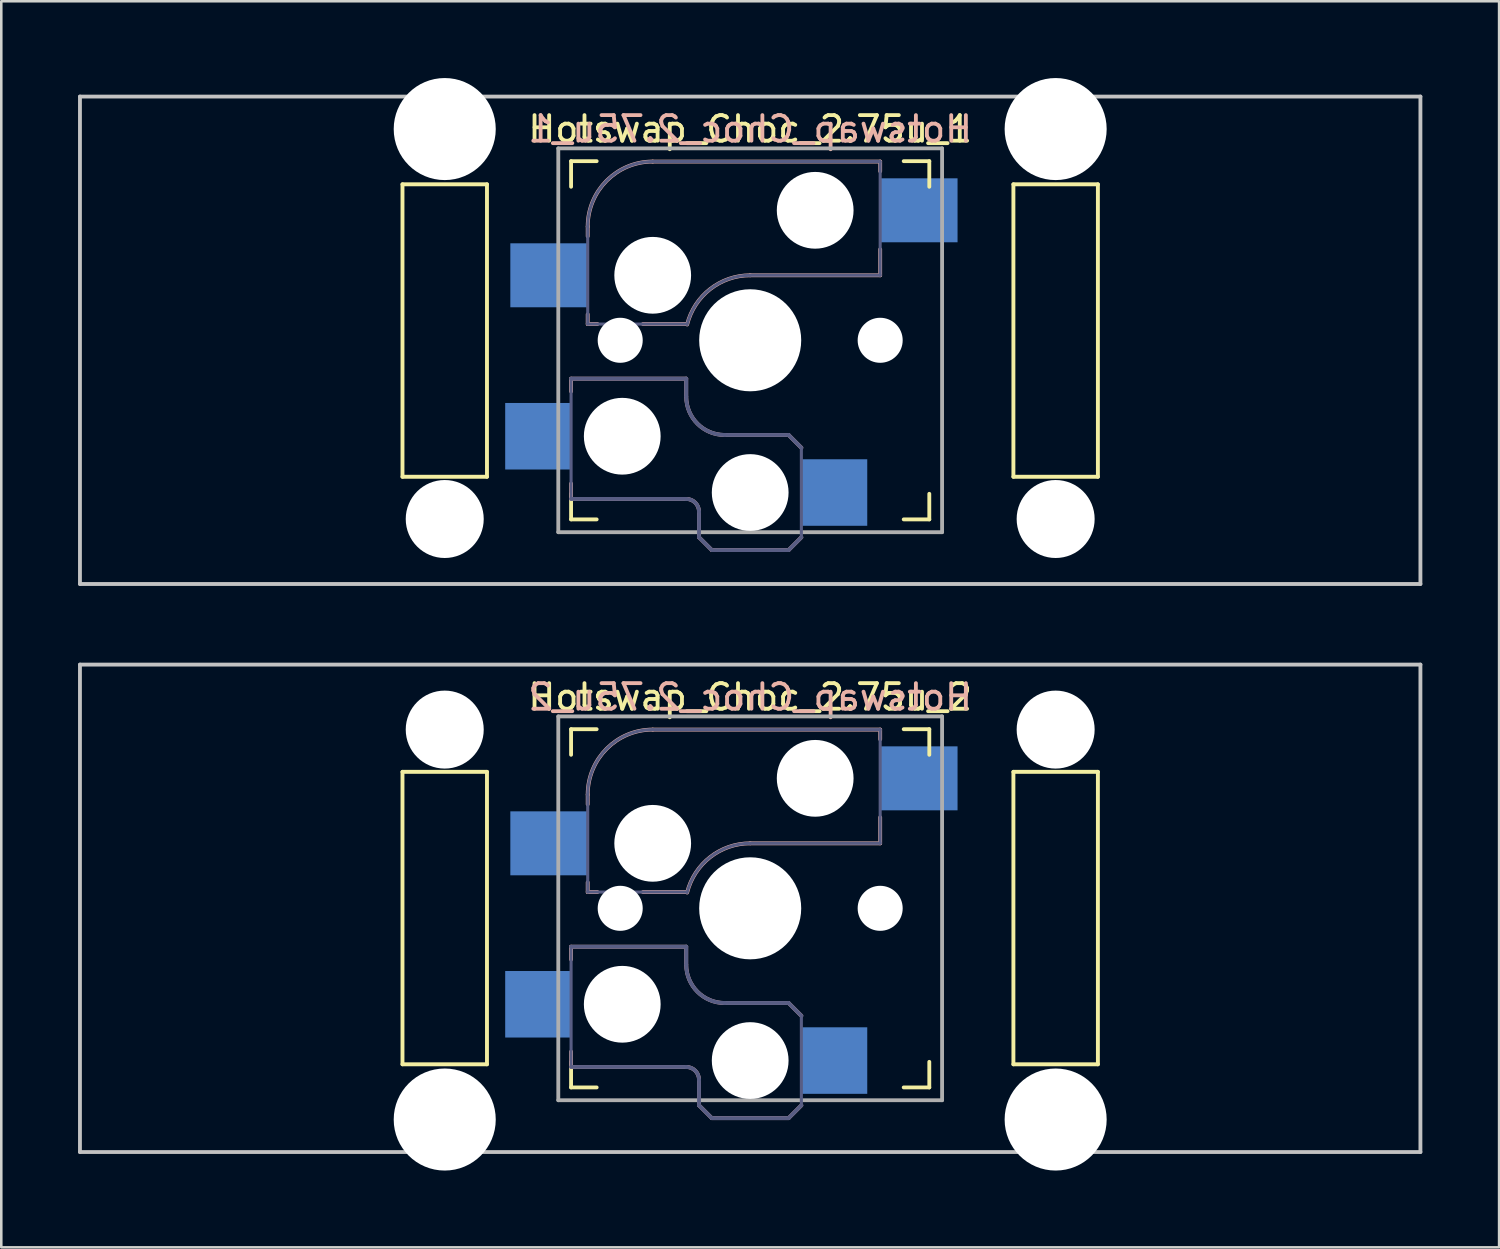
<source format=kicad_pcb>
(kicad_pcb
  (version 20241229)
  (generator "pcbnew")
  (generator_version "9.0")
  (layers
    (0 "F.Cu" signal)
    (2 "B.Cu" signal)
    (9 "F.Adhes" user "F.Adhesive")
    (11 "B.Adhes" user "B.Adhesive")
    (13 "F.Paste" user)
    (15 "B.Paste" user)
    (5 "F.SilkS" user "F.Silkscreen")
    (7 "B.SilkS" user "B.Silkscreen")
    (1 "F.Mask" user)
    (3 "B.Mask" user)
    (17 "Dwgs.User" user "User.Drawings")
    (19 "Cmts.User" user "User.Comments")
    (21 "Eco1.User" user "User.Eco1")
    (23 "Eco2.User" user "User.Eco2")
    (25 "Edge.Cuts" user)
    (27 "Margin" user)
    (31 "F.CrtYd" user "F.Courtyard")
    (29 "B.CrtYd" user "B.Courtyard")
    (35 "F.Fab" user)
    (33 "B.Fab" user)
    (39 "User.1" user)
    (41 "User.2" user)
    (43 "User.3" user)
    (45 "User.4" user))
  (footprint "Hotswap_Choc_2.75u_1"
    (layer "F.Cu")
    (at 26.269 10.249)
    (property "Reference" "Hotswap_Choc_2.75u_1" (at 0 -8.255 0) (layer "F.SilkS") (effects (font (size 1 1) (thickness 0.15))))
    (attr through_hole)
    (fp_line (start -13.589 -6.096) (end -13.589 5.334) (stroke (width 0.152) (type solid)) (layer "F.SilkS"))
    (fp_line (start -13.589 5.334) (end -10.287 5.334) (stroke (width 0.152) (type solid)) (layer "F.SilkS"))
    (fp_line (start -10.287 -6.096) (end -13.589 -6.096) (stroke (width 0.152) (type solid)) (layer "F.SilkS"))
    (fp_line (start -10.287 5.334) (end -10.287 -6.096) (stroke (width 0.152) (type solid)) (layer "F.SilkS"))
    (fp_line (start -7 -6) (end -7 -7) (stroke (width 0.15) (type solid)) (layer "F.SilkS"))
    (fp_line (start -7 7) (end -7 6) (stroke (width 0.15) (type solid)) (layer "F.SilkS"))
    (fp_line (start -7 7) (end -6 7) (stroke (width 0.15) (type solid)) (layer "F.SilkS"))
    (fp_line (start -6 -7) (end -7 -7) (stroke (width 0.15) (type solid)) (layer "F.SilkS"))
    (fp_line (start 6 7) (end 7 7) (stroke (width 0.15) (type solid)) (layer "F.SilkS"))
    (fp_line (start 7 -7) (end 6 -7) (stroke (width 0.15) (type solid)) (layer "F.SilkS"))
    (fp_line (start 7 -7) (end 7 -6) (stroke (width 0.15) (type solid)) (layer "F.SilkS"))
    (fp_line (start 7 6) (end 7 7) (stroke (width 0.15) (type solid)) (layer "F.SilkS"))
    (fp_line (start 10.287 -6.096) (end 10.287 5.334) (stroke (width 0.152) (type solid)) (layer "F.SilkS"))
    (fp_line (start 10.287 5.334) (end 13.589 5.334) (stroke (width 0.152) (type solid)) (layer "F.SilkS"))
    (fp_line (start 13.589 -6.096) (end 10.287 -6.096) (stroke (width 0.152) (type solid)) (layer "F.SilkS"))
    (fp_line (start 13.589 5.334) (end 13.589 -6.096) (stroke (width 0.152) (type solid)) (layer "F.SilkS"))
    (fp_line (start -7 1.5) (end -7 2) (stroke (width 0.15) (type solid)) (layer "B.SilkS"))
    (fp_line (start -7 5.6) (end -7 6.2) (stroke (width 0.15) (type solid)) (layer "B.SilkS"))
    (fp_line (start -7 6.2) (end -2.5 6.2) (stroke (width 0.15) (type solid)) (layer "B.SilkS"))
    (fp_line (start -6.35 -4.445) (end -6.35 -4.064) (stroke (width 0.15) (type solid)) (layer "B.SilkS"))
    (fp_line (start -6.35 -1.016) (end -6.35 -0.635) (stroke (width 0.15) (type solid)) (layer "B.SilkS"))
    (fp_line (start -6.35 -0.635) (end -5.969 -0.635) (stroke (width 0.15) (type solid)) (layer "B.SilkS"))
    (fp_line (start -4.191 -0.635) (end -2.54 -0.635) (stroke (width 0.15) (type solid)) (layer "B.SilkS"))
    (fp_line (start -2.5 1.5) (end -7 1.5) (stroke (width 0.15) (type solid)) (layer "B.SilkS"))
    (fp_line (start -2.5 2.2) (end -2.5 1.5) (stroke (width 0.15) (type solid)) (layer "B.SilkS"))
    (fp_line (start -2 6.7) (end -2 7.7) (stroke (width 0.15) (type solid)) (layer "B.SilkS"))
    (fp_line (start -1.5 8.2) (end -2 7.7) (stroke (width 0.15) (type solid)) (layer "B.SilkS"))
    (fp_line (start 0 -2.54) (end 5.08 -2.54) (stroke (width 0.15) (type solid)) (layer "B.SilkS"))
    (fp_line (start 1.5 3.7) (end -1 3.7) (stroke (width 0.15) (type solid)) (layer "B.SilkS"))
    (fp_line (start 1.5 8.2) (end -1.5 8.2) (stroke (width 0.15) (type solid)) (layer "B.SilkS"))
    (fp_line (start 2 4.2) (end 1.5 3.7) (stroke (width 0.15) (type solid)) (layer "B.SilkS"))
    (fp_line (start 2 7.7) (end 1.5 8.2) (stroke (width 0.15) (type solid)) (layer "B.SilkS"))
    (fp_line (start 5.08 -6.985) (end -3.81 -6.985) (stroke (width 0.15) (type solid)) (layer "B.SilkS"))
    (fp_line (start 5.08 -6.604) (end 5.08 -6.985) (stroke (width 0.15) (type solid)) (layer "B.SilkS"))
    (fp_line (start 5.08 -2.54) (end 5.08 -3.556) (stroke (width 0.15) (type solid)) (layer "B.SilkS"))
    (fp_arc (start -6.35 -4.445) (mid -5.606051 -6.241051) (end -3.81 -6.985) (stroke (width 0.15) (type solid)) (layer "B.SilkS"))
    (fp_arc (start -2.5 6.2) (mid -2.146447 6.346447) (end -2 6.7) (stroke (width 0.15) (type solid)) (layer "B.SilkS"))
    (fp_arc (start -2.464162 -0.61604) (mid -1.563147 -2.002042) (end 0 -2.54) (stroke (width 0.15) (type solid)) (layer "B.SilkS"))
    (fp_arc (start -1 3.7) (mid -2.06066 3.26066) (end -2.5 2.2) (stroke (width 0.15) (type solid)) (layer "B.SilkS"))
    (fp_line (start -26.194 -9.525) (end 26.194 -9.525) (stroke (width 0.15) (type solid)) (layer "Dwgs.User"))
    (fp_line (start -26.194 9.525) (end -26.194 -9.525) (stroke (width 0.15) (type solid)) (layer "Dwgs.User"))
    (fp_line (start 26.194 -9.525) (end 26.194 9.525) (stroke (width 0.15) (type solid)) (layer "Dwgs.User"))
    (fp_line (start 26.194 9.525) (end -26.194 9.525) (stroke (width 0.15) (type solid)) (layer "Dwgs.User"))
    (fp_line (start -6.9 6.9) (end -6.9 -6.9) (stroke (width 0.15) (type solid)) (layer "Eco2.User"))
    (fp_line (start -6.9 6.9) (end 6.9 6.9) (stroke (width 0.15) (type solid)) (layer "Eco2.User"))
    (fp_line (start 6.9 -6.9) (end -6.9 -6.9) (stroke (width 0.15) (type solid)) (layer "Eco2.User"))
    (fp_line (start 6.9 -6.9) (end 6.9 6.9) (stroke (width 0.15) (type solid)) (layer "Eco2.User"))
    (fp_line (start -7 1.5) (end -7 6.2) (stroke (width 0.12) (type solid)) (layer "B.Fab"))
    (fp_line (start -7 6.2) (end -2.5 6.2) (stroke (width 0.15) (type solid)) (layer "B.Fab"))
    (fp_line (start -6.35 -4.445) (end -6.35 -0.635) (stroke (width 0.12) (type solid)) (layer "B.Fab"))
    (fp_line (start -6.35 -0.635) (end -2.54 -0.635) (stroke (width 0.12) (type solid)) (layer "B.Fab"))
    (fp_line (start -2.5 1.5) (end -7 1.5) (stroke (width 0.15) (type solid)) (layer "B.Fab"))
    (fp_line (start -2.5 2.2) (end -2.5 1.5) (stroke (width 0.15) (type solid)) (layer "B.Fab"))
    (fp_line (start -2 6.7) (end -2 7.7) (stroke (width 0.15) (type solid)) (layer "B.Fab"))
    (fp_line (start -1.5 8.2) (end -2 7.7) (stroke (width 0.15) (type solid)) (layer "B.Fab"))
    (fp_line (start 0 -2.54) (end 5.08 -2.54) (stroke (width 0.12) (type solid)) (layer "B.Fab"))
    (fp_line (start 1.5 3.7) (end -1 3.7) (stroke (width 0.15) (type solid)) (layer "B.Fab"))
    (fp_line (start 1.5 8.2) (end -1.5 8.2) (stroke (width 0.15) (type solid)) (layer "B.Fab"))
    (fp_line (start 2 4.2) (end 1.5 3.7) (stroke (width 0.15) (type solid)) (layer "B.Fab"))
    (fp_line (start 2 4.25) (end 2 7.7) (stroke (width 0.12) (type solid)) (layer "B.Fab"))
    (fp_line (start 2 7.7) (end 1.5 8.2) (stroke (width 0.15) (type solid)) (layer "B.Fab"))
    (fp_line (start 5.08 -6.985) (end -3.81 -6.985) (stroke (width 0.12) (type solid)) (layer "B.Fab"))
    (fp_line (start 5.08 -2.54) (end 5.08 -6.985) (stroke (width 0.12) (type solid)) (layer "B.Fab"))
    (fp_arc (start -6.35 -4.445) (mid -5.606051 -6.241051) (end -3.81 -6.985) (stroke (width 0.12) (type solid)) (layer "B.Fab"))
    (fp_arc (start -2.5 6.2) (mid -2.146447 6.346447) (end -2 6.7) (stroke (width 0.15) (type solid)) (layer "B.Fab"))
    (fp_arc (start -2.464162 -0.61604) (mid -1.563147 -2.002042) (end 0 -2.54) (stroke (width 0.12) (type solid)) (layer "B.Fab"))
    (fp_arc (start -1 3.7) (mid -2.06066 3.26066) (end -2.5 2.2) (stroke (width 0.15) (type solid)) (layer "B.Fab"))
    (fp_line (start -7.5 -7.5) (end 7.5 -7.5) (stroke (width 0.15) (type solid)) (layer "F.Fab"))
    (fp_line (start -7.5 7.5) (end -7.5 -7.5) (stroke (width 0.15) (type solid)) (layer "F.Fab"))
    (fp_line (start 7.5 -7.5) (end 7.5 7.5) (stroke (width 0.15) (type solid)) (layer "F.Fab"))
    (fp_line (start 7.5 7.5) (end -7.5 7.5) (stroke (width 0.15) (type solid)) (layer "F.Fab"))
    (fp_text user "${REFERENCE}" (at 0 -8.255 0) (layer "B.SilkS") (effects (font (size 1 1) (thickness 0.15)) (justify mirror)))
    (pad "" np_thru_hole circle (at -11.938 -8.255 180) (size 3.988 3.988) (drill 3.988) (layers "*.Cu" "*.Mask"))
    (pad "" np_thru_hole circle (at -11.938 6.985 180) (size 3.048 3.048) (drill 3.048) (layers "*.Cu" "*.Mask"))
    (pad "" np_thru_hole circle (at -5.08 0 180) (size 1.76 1.76) (drill 1.76) (layers "*.Cu" "*.Mask"))
    (pad "" np_thru_hole circle (at -5 3.75) (size 3 3) (drill 3) (layers "*.Cu" "*.Mask"))
    (pad "" np_thru_hole circle (at -3.81 -2.54 180) (size 3 3) (drill 3) (layers "*.Cu" "*.Mask"))
    (pad "" np_thru_hole circle (at 0 0 180) (size 3.988 3.988) (drill 3.988) (layers "*.Cu" "*.Mask"))
    (pad "" np_thru_hole circle (at 0 5.95) (size 3 3) (drill 3) (layers "*.Cu" "*.Mask"))
    (pad "" np_thru_hole circle (at 2.54 -5.08 180) (size 3 3) (drill 3) (layers "*.Cu" "*.Mask"))
    (pad "" np_thru_hole circle (at 5.08 0 180) (size 1.76 1.76) (drill 1.76) (layers "*.Cu" "*.Mask"))
    (pad "" np_thru_hole circle (at 11.938 -8.255 180) (size 3.988 3.988) (drill 3.988) (layers "*.Cu" "*.Mask"))
    (pad "" np_thru_hole circle (at 11.938 6.985 180) (size 3.048 3.048) (drill 3.048) (layers "*.Cu" "*.Mask"))
    (pad "1" smd rect (at -8.275 3.75) (size 2.6 2.6) (layers "B.Cu" "B.Mask" "B.Paste"))
    (pad "1" smd rect (at -7.874 -2.54 180) (size 3 2.5) (layers "B.Cu" "B.Mask" "B.Paste"))
    (pad "2" smd rect (at 3.275 5.95) (size 2.6 2.6) (layers "B.Cu" "B.Mask" "B.Paste"))
    (pad "2" smd rect (at 6.604 -5.08 180) (size 3 2.5) (layers "B.Cu" "B.Mask" "B.Paste")))
  (footprint "Hotswap_Choc_2.75u_2"
    (layer "F.Cu")
    (at 26.269 32.449)
    (property "Reference" "Hotswap_Choc_2.75u_2" (at 0 -8.255 0) (layer "F.SilkS") (effects (font (size 1 1) (thickness 0.15))))
    (attr through_hole)
    (fp_line (start -13.589 -5.334) (end -13.589 6.096) (stroke (width 0.152) (type solid)) (layer "F.SilkS"))
    (fp_line (start -13.589 6.096) (end -10.287 6.096) (stroke (width 0.152) (type solid)) (layer "F.SilkS"))
    (fp_line (start -10.287 -5.334) (end -13.589 -5.334) (stroke (width 0.152) (type solid)) (layer "F.SilkS"))
    (fp_line (start -10.287 6.096) (end -10.287 -5.334) (stroke (width 0.152) (type solid)) (layer "F.SilkS"))
    (fp_line (start -7 -6) (end -7 -7) (stroke (width 0.15) (type solid)) (layer "F.SilkS"))
    (fp_line (start -7 7) (end -7 6) (stroke (width 0.15) (type solid)) (layer "F.SilkS"))
    (fp_line (start -7 7) (end -6 7) (stroke (width 0.15) (type solid)) (layer "F.SilkS"))
    (fp_line (start -6 -7) (end -7 -7) (stroke (width 0.15) (type solid)) (layer "F.SilkS"))
    (fp_line (start 6 7) (end 7 7) (stroke (width 0.15) (type solid)) (layer "F.SilkS"))
    (fp_line (start 7 -7) (end 6 -7) (stroke (width 0.15) (type solid)) (layer "F.SilkS"))
    (fp_line (start 7 -7) (end 7 -6) (stroke (width 0.15) (type solid)) (layer "F.SilkS"))
    (fp_line (start 7 6) (end 7 7) (stroke (width 0.15) (type solid)) (layer "F.SilkS"))
    (fp_line (start 10.287 -5.334) (end 10.287 6.096) (stroke (width 0.152) (type solid)) (layer "F.SilkS"))
    (fp_line (start 10.287 6.096) (end 13.589 6.096) (stroke (width 0.152) (type solid)) (layer "F.SilkS"))
    (fp_line (start 13.589 -5.334) (end 10.287 -5.334) (stroke (width 0.152) (type solid)) (layer "F.SilkS"))
    (fp_line (start 13.589 6.096) (end 13.589 -5.334) (stroke (width 0.152) (type solid)) (layer "F.SilkS"))
    (fp_line (start -7 1.5) (end -7 2) (stroke (width 0.15) (type solid)) (layer "B.SilkS"))
    (fp_line (start -7 5.6) (end -7 6.2) (stroke (width 0.15) (type solid)) (layer "B.SilkS"))
    (fp_line (start -7 6.2) (end -2.5 6.2) (stroke (width 0.15) (type solid)) (layer "B.SilkS"))
    (fp_line (start -6.35 -4.445) (end -6.35 -4.064) (stroke (width 0.15) (type solid)) (layer "B.SilkS"))
    (fp_line (start -6.35 -1.016) (end -6.35 -0.635) (stroke (width 0.15) (type solid)) (layer "B.SilkS"))
    (fp_line (start -6.35 -0.635) (end -5.969 -0.635) (stroke (width 0.15) (type solid)) (layer "B.SilkS"))
    (fp_line (start -4.191 -0.635) (end -2.54 -0.635) (stroke (width 0.15) (type solid)) (layer "B.SilkS"))
    (fp_line (start -2.5 1.5) (end -7 1.5) (stroke (width 0.15) (type solid)) (layer "B.SilkS"))
    (fp_line (start -2.5 2.2) (end -2.5 1.5) (stroke (width 0.15) (type solid)) (layer "B.SilkS"))
    (fp_line (start -2 6.7) (end -2 7.7) (stroke (width 0.15) (type solid)) (layer "B.SilkS"))
    (fp_line (start -1.5 8.2) (end -2 7.7) (stroke (width 0.15) (type solid)) (layer "B.SilkS"))
    (fp_line (start 0 -2.54) (end 5.08 -2.54) (stroke (width 0.15) (type solid)) (layer "B.SilkS"))
    (fp_line (start 1.5 3.7) (end -1 3.7) (stroke (width 0.15) (type solid)) (layer "B.SilkS"))
    (fp_line (start 1.5 8.2) (end -1.5 8.2) (stroke (width 0.15) (type solid)) (layer "B.SilkS"))
    (fp_line (start 2 4.2) (end 1.5 3.7) (stroke (width 0.15) (type solid)) (layer "B.SilkS"))
    (fp_line (start 2 7.7) (end 1.5 8.2) (stroke (width 0.15) (type solid)) (layer "B.SilkS"))
    (fp_line (start 5.08 -6.985) (end -3.81 -6.985) (stroke (width 0.15) (type solid)) (layer "B.SilkS"))
    (fp_line (start 5.08 -6.604) (end 5.08 -6.985) (stroke (width 0.15) (type solid)) (layer "B.SilkS"))
    (fp_line (start 5.08 -2.54) (end 5.08 -3.556) (stroke (width 0.15) (type solid)) (layer "B.SilkS"))
    (fp_arc (start -6.35 -4.445) (mid -5.606051 -6.241051) (end -3.81 -6.985) (stroke (width 0.15) (type solid)) (layer "B.SilkS"))
    (fp_arc (start -2.5 6.2) (mid -2.146447 6.346447) (end -2 6.7) (stroke (width 0.15) (type solid)) (layer "B.SilkS"))
    (fp_arc (start -2.464162 -0.61604) (mid -1.563147 -2.002042) (end 0 -2.54) (stroke (width 0.15) (type solid)) (layer "B.SilkS"))
    (fp_arc (start -1 3.7) (mid -2.06066 3.26066) (end -2.5 2.2) (stroke (width 0.15) (type solid)) (layer "B.SilkS"))
    (fp_line (start -26.194 -9.525) (end 26.194 -9.525) (stroke (width 0.15) (type solid)) (layer "Dwgs.User"))
    (fp_line (start -26.194 9.525) (end -26.194 -9.525) (stroke (width 0.15) (type solid)) (layer "Dwgs.User"))
    (fp_line (start -26.194 9.525) (end 26.194 9.525) (stroke (width 0.15) (type solid)) (layer "Dwgs.User"))
    (fp_line (start 26.194 -9.525) (end 26.194 9.525) (stroke (width 0.15) (type solid)) (layer "Dwgs.User"))
    (fp_line (start -6.9 6.9) (end -6.9 -6.9) (stroke (width 0.15) (type solid)) (layer "Eco2.User"))
    (fp_line (start -6.9 6.9) (end 6.9 6.9) (stroke (width 0.15) (type solid)) (layer "Eco2.User"))
    (fp_line (start 6.9 -6.9) (end -6.9 -6.9) (stroke (width 0.15) (type solid)) (layer "Eco2.User"))
    (fp_line (start 6.9 -6.9) (end 6.9 6.9) (stroke (width 0.15) (type solid)) (layer "Eco2.User"))
    (fp_line (start -7 1.5) (end -7 6.2) (stroke (width 0.12) (type solid)) (layer "B.Fab"))
    (fp_line (start -7 6.2) (end -2.5 6.2) (stroke (width 0.15) (type solid)) (layer "B.Fab"))
    (fp_line (start -6.35 -4.445) (end -6.35 -0.635) (stroke (width 0.12) (type solid)) (layer "B.Fab"))
    (fp_line (start -6.35 -0.635) (end -2.54 -0.635) (stroke (width 0.12) (type solid)) (layer "B.Fab"))
    (fp_line (start -2.5 1.5) (end -7 1.5) (stroke (width 0.15) (type solid)) (layer "B.Fab"))
    (fp_line (start -2.5 2.2) (end -2.5 1.5) (stroke (width 0.15) (type solid)) (layer "B.Fab"))
    (fp_line (start -2 6.7) (end -2 7.7) (stroke (width 0.15) (type solid)) (layer "B.Fab"))
    (fp_line (start -1.5 8.2) (end -2 7.7) (stroke (width 0.15) (type solid)) (layer "B.Fab"))
    (fp_line (start 0 -2.54) (end 5.08 -2.54) (stroke (width 0.12) (type solid)) (layer "B.Fab"))
    (fp_line (start 1.5 3.7) (end -1 3.7) (stroke (width 0.15) (type solid)) (layer "B.Fab"))
    (fp_line (start 1.5 8.2) (end -1.5 8.2) (stroke (width 0.15) (type solid)) (layer "B.Fab"))
    (fp_line (start 2 4.2) (end 1.5 3.7) (stroke (width 0.15) (type solid)) (layer "B.Fab"))
    (fp_line (start 2 4.25) (end 2 7.7) (stroke (width 0.12) (type solid)) (layer "B.Fab"))
    (fp_line (start 2 7.7) (end 1.5 8.2) (stroke (width 0.15) (type solid)) (layer "B.Fab"))
    (fp_line (start 5.08 -6.985) (end -3.81 -6.985) (stroke (width 0.12) (type solid)) (layer "B.Fab"))
    (fp_line (start 5.08 -2.54) (end 5.08 -6.985) (stroke (width 0.12) (type solid)) (layer "B.Fab"))
    (fp_arc (start -6.35 -4.445) (mid -5.606051 -6.241051) (end -3.81 -6.985) (stroke (width 0.12) (type solid)) (layer "B.Fab"))
    (fp_arc (start -2.5 6.2) (mid -2.146447 6.346447) (end -2 6.7) (stroke (width 0.15) (type solid)) (layer "B.Fab"))
    (fp_arc (start -2.464162 -0.61604) (mid -1.563147 -2.002042) (end 0 -2.54) (stroke (width 0.12) (type solid)) (layer "B.Fab"))
    (fp_arc (start -1 3.7) (mid -2.06066 3.26066) (end -2.5 2.2) (stroke (width 0.15) (type solid)) (layer "B.Fab"))
    (fp_line (start -7.5 -7.5) (end 7.5 -7.5) (stroke (width 0.15) (type solid)) (layer "F.Fab"))
    (fp_line (start -7.5 7.5) (end -7.5 -7.5) (stroke (width 0.15) (type solid)) (layer "F.Fab"))
    (fp_line (start 7.5 -7.5) (end 7.5 7.5) (stroke (width 0.15) (type solid)) (layer "F.Fab"))
    (fp_line (start 7.5 7.5) (end -7.5 7.5) (stroke (width 0.15) (type solid)) (layer "F.Fab"))
    (fp_text user "${REFERENCE}" (at 0 -8.255 0) (layer "B.SilkS") (effects (font (size 1 1) (thickness 0.15)) (justify mirror)))
    (pad "" np_thru_hole circle (at -11.938 -6.985) (size 3.048 3.048) (drill 3.048) (layers "*.Cu" "*.Mask"))
    (pad "" np_thru_hole circle (at -11.938 8.255) (size 3.988 3.988) (drill 3.988) (layers "*.Cu" "*.Mask"))
    (pad "" np_thru_hole circle (at -5.08 0 180) (size 1.76 1.76) (drill 1.76) (layers "*.Cu" "*.Mask"))
    (pad "" np_thru_hole circle (at -5 3.75) (size 3 3) (drill 3) (layers "*.Cu" "*.Mask"))
    (pad "" np_thru_hole circle (at -3.81 -2.54 180) (size 3 3) (drill 3) (layers "*.Cu" "*.Mask"))
    (pad "" np_thru_hole circle (at 0 0 180) (size 3.988 3.988) (drill 3.988) (layers "*.Cu" "*.Mask"))
    (pad "" np_thru_hole circle (at 0 5.95) (size 3 3) (drill 3) (layers "*.Cu" "*.Mask"))
    (pad "" np_thru_hole circle (at 2.54 -5.08 180) (size 3 3) (drill 3) (layers "*.Cu" "*.Mask"))
    (pad "" np_thru_hole circle (at 5.08 0 180) (size 1.76 1.76) (drill 1.76) (layers "*.Cu" "*.Mask"))
    (pad "" np_thru_hole circle (at 11.938 -6.985) (size 3.048 3.048) (drill 3.048) (layers "*.Cu" "*.Mask"))
    (pad "" np_thru_hole circle (at 11.938 8.255) (size 3.988 3.988) (drill 3.988) (layers "*.Cu" "*.Mask"))
    (pad "1" smd rect (at -8.275 3.75) (size 2.6 2.6) (layers "B.Cu" "B.Mask"))
    (pad "1" smd rect (at -7.874 -2.54 180) (size 3 2.5) (layers "B.Cu" "B.Mask"))
    (pad "2" smd rect (at 3.275 5.95) (size 2.6 2.6) (layers "B.Cu" "B.Mask"))
    (pad "2" smd rect (at 6.604 -5.08 180) (size 3 2.5) (layers "B.Cu" "B.Mask")))
  (gr_rect
    (start -3 -3)
    (end 55.538 45.698)
    (stroke (width 0.1) (type default))
    (fill no)
    (layer "Edge.Cuts")))
</source>
